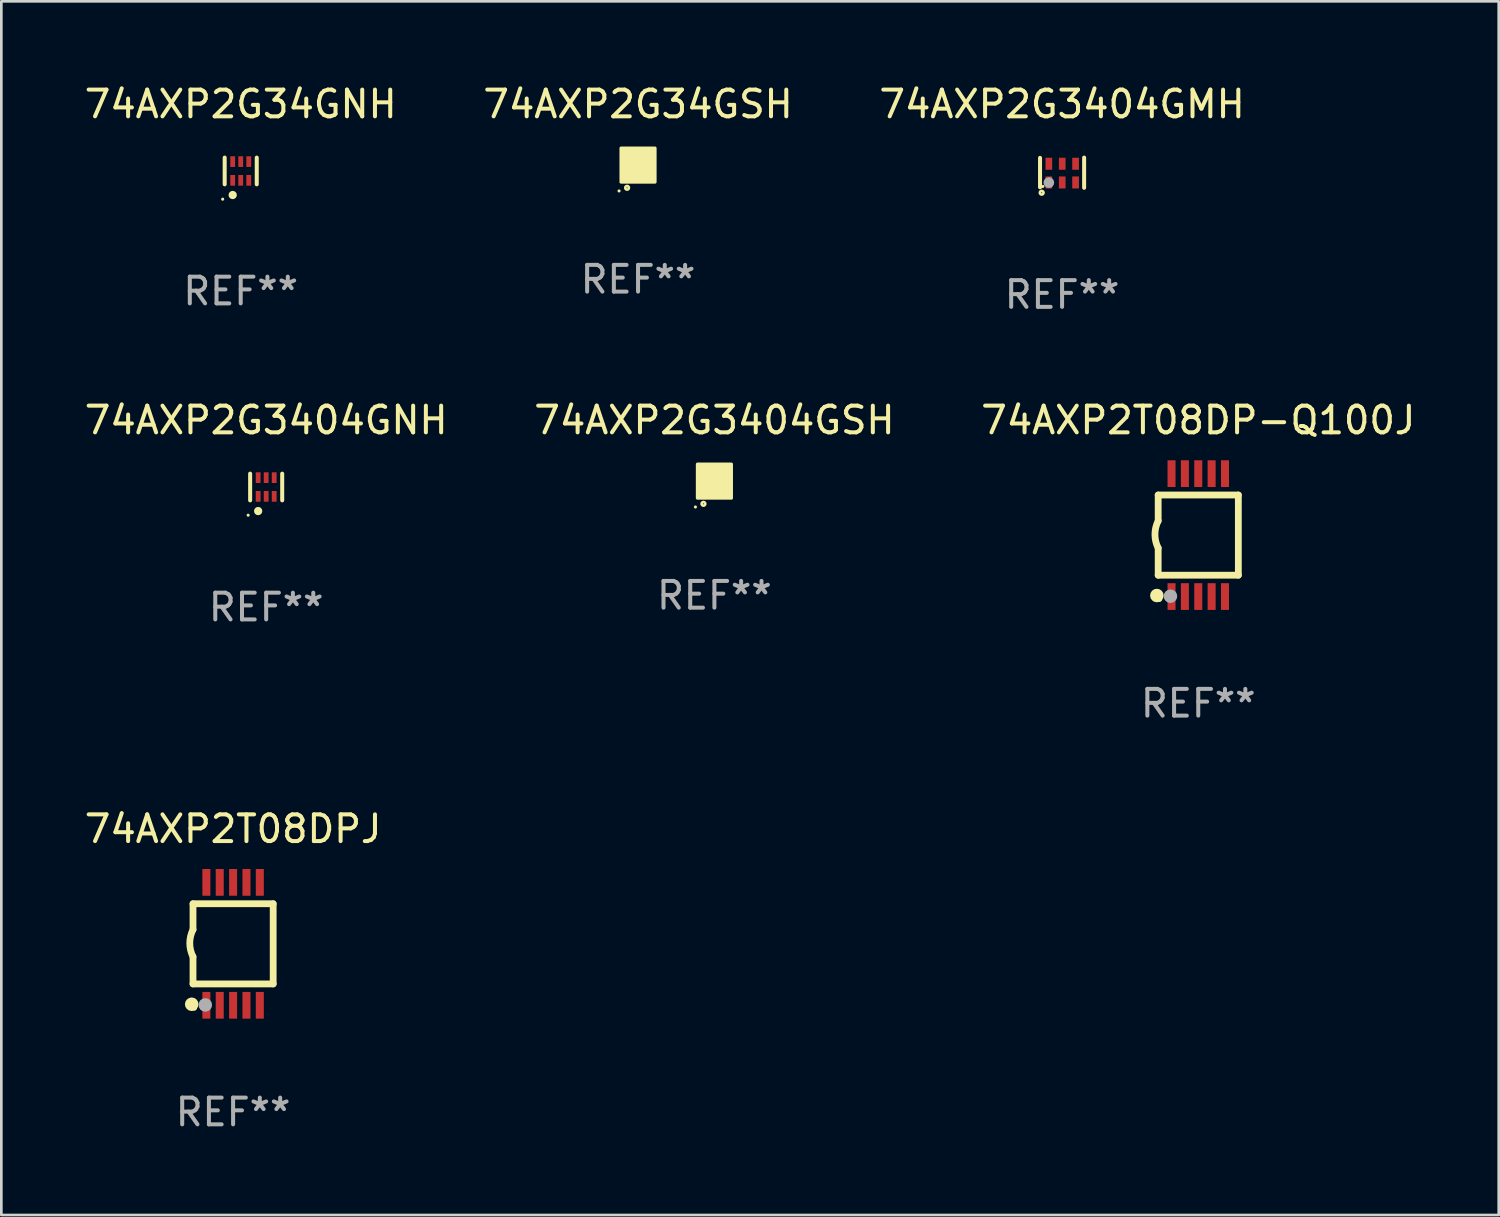
<source format=kicad_pcb>
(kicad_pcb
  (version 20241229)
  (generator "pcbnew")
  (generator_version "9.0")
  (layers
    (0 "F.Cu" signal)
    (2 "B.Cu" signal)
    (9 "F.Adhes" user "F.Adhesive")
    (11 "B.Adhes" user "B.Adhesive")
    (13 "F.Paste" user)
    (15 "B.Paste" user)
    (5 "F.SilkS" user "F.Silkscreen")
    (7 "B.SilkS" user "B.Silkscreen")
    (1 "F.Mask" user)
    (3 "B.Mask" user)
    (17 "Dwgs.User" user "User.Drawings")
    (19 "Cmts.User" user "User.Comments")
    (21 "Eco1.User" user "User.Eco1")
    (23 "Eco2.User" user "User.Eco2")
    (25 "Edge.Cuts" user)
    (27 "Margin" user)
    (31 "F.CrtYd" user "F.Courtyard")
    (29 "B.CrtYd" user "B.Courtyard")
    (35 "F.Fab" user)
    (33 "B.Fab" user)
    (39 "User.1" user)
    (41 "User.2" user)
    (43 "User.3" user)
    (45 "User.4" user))
  (footprint "74AXP2G34GSH"
    (layer "F.Cu")
    (at 20.827 3.128)
    (property "Reference" "74AXP2G34GSH" (at 0 -2.28 0) (layer "F.SilkS") (effects (font (size 1 1) (thickness 0.15))))
    (attr through_hole)
    (fp_circle (center -0.71 0.968) (end -0.68 0.968) (stroke (width 0.06) (type solid)) (fill no) (layer "F.SilkS"))
    (fp_circle (center -0.41 0.85) (end -0.342 0.85) (stroke (width 0.1) (type solid)) (fill no) (layer "F.SilkS"))
    (fp_poly (pts (xy -0.635 -0.635) (xy 0.635 -0.635) (xy 0.635 0.635) (xy -0.635 0.635)) (stroke (width 0.12) (type solid)) (fill yes) (layer "F.SilkS"))
    (fp_text user "REF**" (at 0 4.28 0) (layer "F.Fab") (effects (font (size 1 1) (thickness 0.15))))
    (pad "1" smd rect (at -0.35 0.28 90) (size 0.35 0.2) (layers "F.Cu" "F.Mask" "F.Paste"))
    (pad "2" smd rect (at 0 0.28 90) (size 0.35 0.2) (layers "F.Cu" "F.Mask" "F.Paste"))
    (pad "3" smd rect (at 0.35 0.28 90) (size 0.35 0.2) (layers "F.Cu" "F.Mask" "F.Paste"))
    (pad "4" smd rect (at 0.35 -0.28 90) (size 0.35 0.2) (layers "F.Cu" "F.Mask" "F.Paste"))
    (pad "5" smd rect (at 0 -0.28 90) (size 0.35 0.2) (layers "F.Cu" "F.Mask" "F.Paste"))
    (pad "6" smd rect (at -0.35 -0.28 90) (size 0.35 0.2) (layers "F.Cu" "F.Mask" "F.Paste")))
  (footprint "74AXP2G3404GNH"
    (layer "F.Cu")
    (at 6.911 15.175)
    (property "Reference" "74AXP2G3404GNH" (at 0 -2.5 0) (layer "F.SilkS") (effects (font (size 1 1) (thickness 0.15))))
    (attr through_hole)
    (fp_line (start -0.6 -0.5) (end -0.6 0.5) (stroke (width 0.15) (type solid)) (layer "F.SilkS"))
    (fp_line (start 0.6 0.5) (end 0.6 -0.5) (stroke (width 0.15) (type solid)) (layer "F.SilkS"))
    (fp_circle (center -0.675 1.055) (end -0.645 1.055) (stroke (width 0.06) (type solid)) (fill no) (layer "F.SilkS"))
    (fp_circle (center -0.3 0.9) (end -0.22 0.9) (stroke (width 0.15) (type solid)) (fill no) (layer "F.SilkS"))
    (fp_text user "REF**" (at 0 4.5 0) (layer "F.Fab") (effects (font (size 1 1) (thickness 0.15))))
    (pad "1" smd rect (at -0.3 0.35) (size 0.18 0.4) (layers "F.Cu" "F.Mask" "F.Paste"))
    (pad "2" smd rect (at 0.000025 0.35) (size 0.18 0.4) (layers "F.Cu" "F.Mask" "F.Paste"))
    (pad "3" smd rect (at 0.3 0.35) (size 0.18 0.4) (layers "F.Cu" "F.Mask" "F.Paste"))
    (pad "4" smd rect (at 0.3 -0.35) (size 0.18 0.4) (layers "F.Cu" "F.Mask" "F.Paste"))
    (pad "5" smd rect (at 0.000025 -0.35) (size 0.18 0.4) (layers "F.Cu" "F.Mask" "F.Paste"))
    (pad "6" smd rect (at -0.3 -0.35) (size 0.18 0.4) (layers "F.Cu" "F.Mask" "F.Paste")))
  (footprint "74AXP2G3404GSH"
    (layer "F.Cu")
    (at 23.685 14.955)
    (property "Reference" "74AXP2G3404GSH" (at 0 -2.28 0) (layer "F.SilkS") (effects (font (size 1 1) (thickness 0.15))))
    (attr through_hole)
    (fp_circle (center -0.71 0.968) (end -0.68 0.968) (stroke (width 0.06) (type solid)) (fill no) (layer "F.SilkS"))
    (fp_circle (center -0.41 0.85) (end -0.342 0.85) (stroke (width 0.1) (type solid)) (fill no) (layer "F.SilkS"))
    (fp_poly (pts (xy -0.635 -0.635) (xy 0.635 -0.635) (xy 0.635 0.635) (xy -0.635 0.635)) (stroke (width 0.12) (type solid)) (fill yes) (layer "F.SilkS"))
    (fp_text user "REF**" (at 0 4.28 0) (layer "F.Fab") (effects (font (size 1 1) (thickness 0.15))))
    (pad "1" smd rect (at -0.35 0.28 90) (size 0.35 0.2) (layers "F.Cu" "F.Mask" "F.Paste"))
    (pad "2" smd rect (at 0 0.28 90) (size 0.35 0.2) (layers "F.Cu" "F.Mask" "F.Paste"))
    (pad "3" smd rect (at 0.35 0.28 90) (size 0.35 0.2) (layers "F.Cu" "F.Mask" "F.Paste"))
    (pad "4" smd rect (at 0.35 -0.28 90) (size 0.35 0.2) (layers "F.Cu" "F.Mask" "F.Paste"))
    (pad "5" smd rect (at 0 -0.28 90) (size 0.35 0.2) (layers "F.Cu" "F.Mask" "F.Paste"))
    (pad "6" smd rect (at -0.35 -0.28 90) (size 0.35 0.2) (layers "F.Cu" "F.Mask" "F.Paste")))
  (footprint "74AXP2T08DP-Q100J"
    (layer "F.Cu")
    (at 41.792 16.975)
    (property "Reference" "74AXP2T08DP-Q100J" (at 0 -4.3 0) (layer "F.SilkS") (effects (font (size 1 1) (thickness 0.15))))
    (attr through_hole)
    (fp_line (start -1.5 -1.5) (end -1.5 -0.533) (stroke (width 0.254) (type solid)) (layer "F.SilkS"))
    (fp_line (start -1.5 -1.5) (end 1.5 -1.5) (stroke (width 0.254) (type solid)) (layer "F.SilkS"))
    (fp_line (start -1.5 1.5) (end -1.5 0.483) (stroke (width 0.254) (type solid)) (layer "F.SilkS"))
    (fp_line (start -1.5 1.5) (end 1.5 1.5) (stroke (width 0.254) (type solid)) (layer "F.SilkS"))
    (fp_line (start 1.5 1.5) (end 1.5 -1.5) (stroke (width 0.254) (type solid)) (layer "F.SilkS"))
    (fp_arc (start -1.501015 0.483109) (mid -1.620651 -0.025266) (end -1.5 -0.533401) (stroke (width 0.254001) (type solid)) (layer "F.SilkS"))
    (fp_circle (center -1.549 2.261) (end -1.422 2.261) (stroke (width 0.254) (type solid)) (fill no) (layer "F.SilkS"))
    (fp_circle (center -1.45 2.4) (end -1.4 2.4) (stroke (width 0.1) (type solid)) (fill no) (layer "F.SilkS"))
    (fp_circle (center -1.041 2.286) (end -0.914 2.286) (stroke (width 0.254) (type solid)) (fill no) (layer "F.Fab"))
    (fp_text user "REF**" (at 0 6.3 0) (layer "F.Fab") (effects (font (size 1 1) (thickness 0.15))))
    (pad "1" smd rect (at -1 2.3 90) (size 1 0.3) (layers "F.Cu" "F.Mask" "F.Paste"))
    (pad "2" smd rect (at -0.5 2.3 90) (size 1 0.3) (layers "F.Cu" "F.Mask" "F.Paste"))
    (pad "3" smd rect (at 0.000127 2.3 90) (size 1 0.3) (layers "F.Cu" "F.Mask" "F.Paste"))
    (pad "4" smd rect (at 0.5 2.3 90) (size 1 0.3) (layers "F.Cu" "F.Mask" "F.Paste"))
    (pad "5" smd rect (at 1 2.3 90) (size 1 0.3) (layers "F.Cu" "F.Mask" "F.Paste"))
    (pad "6" smd rect (at 1 -2.3 270) (size 1 0.3) (layers "F.Cu" "F.Mask" "F.Paste"))
    (pad "7" smd rect (at 0.5 -2.3 90) (size 1 0.3) (layers "F.Cu" "F.Mask" "F.Paste"))
    (pad "8" smd rect (at 0.000127 -2.3 90) (size 1 0.3) (layers "F.Cu" "F.Mask" "F.Paste"))
    (pad "9" smd rect (at -0.5 -2.3 90) (size 1 0.3) (layers "F.Cu" "F.Mask" "F.Paste"))
    (pad "10" smd rect (at -1 -2.3 90) (size 1 0.3) (layers "F.Cu" "F.Mask" "F.Paste")))
  (footprint "74AXP2T08DPJ"
    (layer "F.Cu")
    (at 5.673 32.271)
    (property "Reference" "74AXP2T08DPJ" (at 0 -4.3 0) (layer "F.SilkS") (effects (font (size 1 1) (thickness 0.15))))
    (attr through_hole)
    (fp_line (start -1.5 -1.5) (end -1.5 -0.533) (stroke (width 0.254) (type solid)) (layer "F.SilkS"))
    (fp_line (start -1.5 -1.5) (end 1.5 -1.5) (stroke (width 0.254) (type solid)) (layer "F.SilkS"))
    (fp_line (start -1.5 1.5) (end -1.5 0.483) (stroke (width 0.254) (type solid)) (layer "F.SilkS"))
    (fp_line (start -1.5 1.5) (end 1.5 1.5) (stroke (width 0.254) (type solid)) (layer "F.SilkS"))
    (fp_line (start 1.5 1.5) (end 1.5 -1.5) (stroke (width 0.254) (type solid)) (layer "F.SilkS"))
    (fp_arc (start -1.501015 0.483109) (mid -1.620651 -0.025266) (end -1.5 -0.533401) (stroke (width 0.254001) (type solid)) (layer "F.SilkS"))
    (fp_circle (center -1.549 2.261) (end -1.422 2.261) (stroke (width 0.254) (type solid)) (fill no) (layer "F.SilkS"))
    (fp_circle (center -1.45 2.4) (end -1.4 2.4) (stroke (width 0.1) (type solid)) (fill no) (layer "F.SilkS"))
    (fp_circle (center -1.041 2.286) (end -0.914 2.286) (stroke (width 0.254) (type solid)) (fill no) (layer "F.Fab"))
    (fp_text user "REF**" (at 0 6.3 0) (layer "F.Fab") (effects (font (size 1 1) (thickness 0.15))))
    (pad "1" smd rect (at -1 2.3 90) (size 1 0.3) (layers "F.Cu" "F.Mask" "F.Paste"))
    (pad "2" smd rect (at -0.5 2.3 90) (size 1 0.3) (layers "F.Cu" "F.Mask" "F.Paste"))
    (pad "3" smd rect (at 0.000127 2.3 90) (size 1 0.3) (layers "F.Cu" "F.Mask" "F.Paste"))
    (pad "4" smd rect (at 0.5 2.3 90) (size 1 0.3) (layers "F.Cu" "F.Mask" "F.Paste"))
    (pad "5" smd rect (at 1 2.3 90) (size 1 0.3) (layers "F.Cu" "F.Mask" "F.Paste"))
    (pad "6" smd rect (at 1 -2.3 270) (size 1 0.3) (layers "F.Cu" "F.Mask" "F.Paste"))
    (pad "7" smd rect (at 0.5 -2.3 90) (size 1 0.3) (layers "F.Cu" "F.Mask" "F.Paste"))
    (pad "8" smd rect (at 0.000127 -2.3 90) (size 1 0.3) (layers "F.Cu" "F.Mask" "F.Paste"))
    (pad "9" smd rect (at -0.5 -2.3 90) (size 1 0.3) (layers "F.Cu" "F.Mask" "F.Paste"))
    (pad "10" smd rect (at -1 -2.3 90) (size 1 0.3) (layers "F.Cu" "F.Mask" "F.Paste")))
  (footprint "74AXP2G3404GMH"
    (layer "F.Cu")
    (at 36.696 3.413)
    (property "Reference" "74AXP2G3404GMH" (at 0 -2.565 0) (layer "F.SilkS") (effects (font (size 1 1) (thickness 0.15))))
    (attr through_hole)
    (fp_line (start -0.825 -0.555) (end -0.825 0.545) (stroke (width 0.15) (type solid)) (layer "F.SilkS"))
    (fp_line (start 0.825 -0.565) (end 0.825 0.565) (stroke (width 0.15) (type solid)) (layer "F.SilkS"))
    (fp_circle (center -0.763 0.749) (end -0.695 0.749) (stroke (width 0.1) (type solid)) (fill no) (layer "F.SilkS"))
    (fp_circle (center -0.72 0.515) (end -0.69 0.515) (stroke (width 0.06) (type solid)) (fill no) (layer "F.SilkS"))
    (fp_circle (center -0.496 0.371) (end -0.396 0.371) (stroke (width 0.2) (type solid)) (fill no) (layer "F.Fab"))
    (fp_text user "REF**" (at 0 4.565 0) (layer "F.Fab") (effects (font (size 1 1) (thickness 0.15))))
    (pad "1" smd rect (at -0.495 0.365) (size 0.25 0.45) (layers "F.Cu" "F.Mask" "F.Paste"))
    (pad "2" smd rect (at 0.005 0.365) (size 0.25 0.45) (layers "F.Cu" "F.Mask" "F.Paste"))
    (pad "3" smd rect (at 0.505 0.365) (size 0.25 0.45) (layers "F.Cu" "F.Mask" "F.Paste"))
    (pad "4" smd rect (at 0.505 -0.335) (size 0.25 0.45) (layers "F.Cu" "F.Mask" "F.Paste"))
    (pad "5" smd rect (at 0.005 -0.335) (size 0.25 0.45) (layers "F.Cu" "F.Mask" "F.Paste"))
    (pad "6" smd rect (at -0.495 -0.335) (size 0.25 0.45) (layers "F.Cu" "F.Mask" "F.Paste")))
  (footprint "74AXP2G34GNH"
    (layer "F.Cu")
    (at 5.958 3.348)
    (property "Reference" "74AXP2G34GNH" (at 0 -2.5 0) (layer "F.SilkS") (effects (font (size 1 1) (thickness 0.15))))
    (attr through_hole)
    (fp_line (start -0.6 -0.5) (end -0.6 0.5) (stroke (width 0.15) (type solid)) (layer "F.SilkS"))
    (fp_line (start 0.6 0.5) (end 0.6 -0.5) (stroke (width 0.15) (type solid)) (layer "F.SilkS"))
    (fp_circle (center -0.675 1.055) (end -0.645 1.055) (stroke (width 0.06) (type solid)) (fill no) (layer "F.SilkS"))
    (fp_circle (center -0.3 0.9) (end -0.22 0.9) (stroke (width 0.15) (type solid)) (fill no) (layer "F.SilkS"))
    (fp_text user "REF**" (at 0 4.5 0) (layer "F.Fab") (effects (font (size 1 1) (thickness 0.15))))
    (pad "1" smd rect (at -0.3 0.35) (size 0.18 0.4) (layers "F.Cu" "F.Mask" "F.Paste"))
    (pad "2" smd rect (at 0.000025 0.35) (size 0.18 0.4) (layers "F.Cu" "F.Mask" "F.Paste"))
    (pad "3" smd rect (at 0.3 0.35) (size 0.18 0.4) (layers "F.Cu" "F.Mask" "F.Paste"))
    (pad "4" smd rect (at 0.3 -0.35) (size 0.18 0.4) (layers "F.Cu" "F.Mask" "F.Paste"))
    (pad "5" smd rect (at 0.000025 -0.35) (size 0.18 0.4) (layers "F.Cu" "F.Mask" "F.Paste"))
    (pad "6" smd rect (at -0.3 -0.35) (size 0.18 0.4) (layers "F.Cu" "F.Mask" "F.Paste")))
  (gr_rect
    (start -3 -3)
    (end 53.036 42.419)
    (stroke (width 0.1) (type default))
    (fill no)
    (layer "Edge.Cuts")))
</source>
